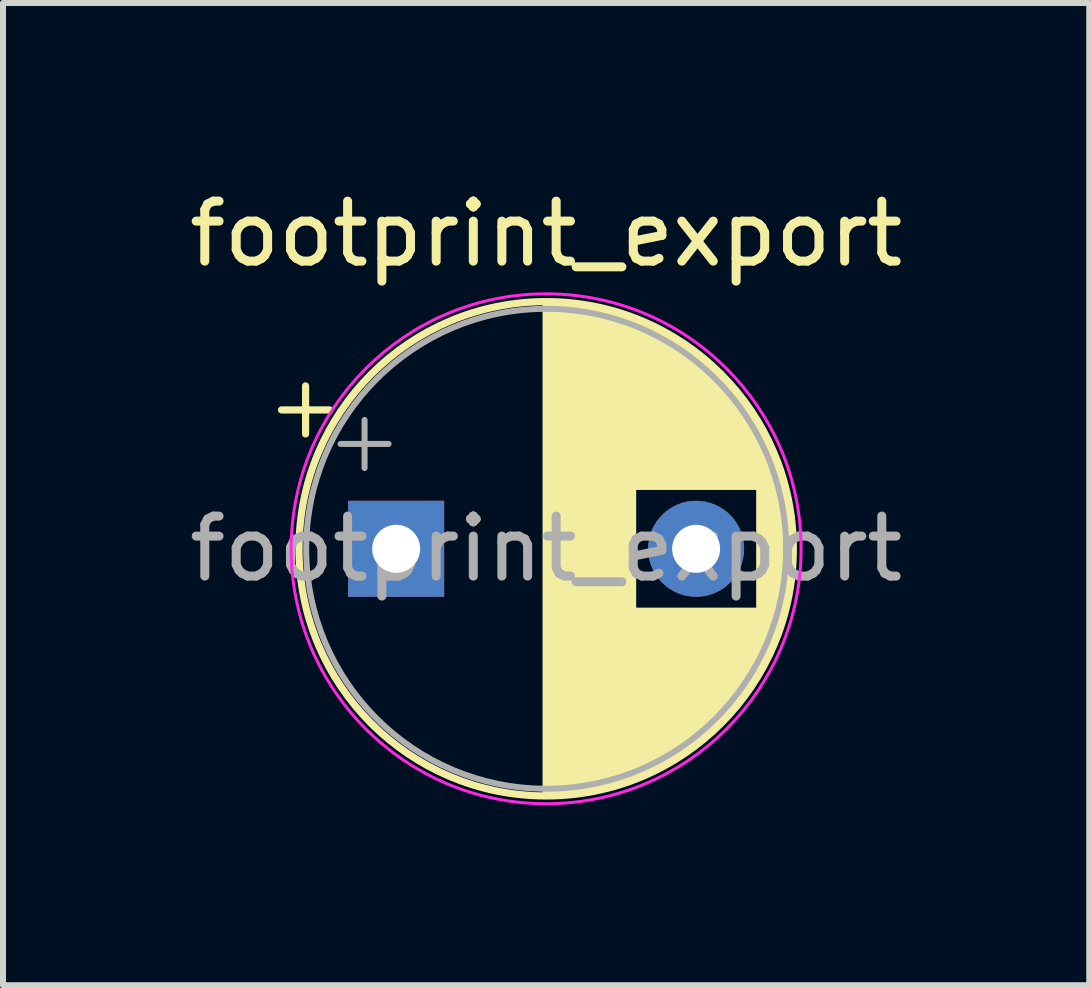
<source format=kicad_pcb>
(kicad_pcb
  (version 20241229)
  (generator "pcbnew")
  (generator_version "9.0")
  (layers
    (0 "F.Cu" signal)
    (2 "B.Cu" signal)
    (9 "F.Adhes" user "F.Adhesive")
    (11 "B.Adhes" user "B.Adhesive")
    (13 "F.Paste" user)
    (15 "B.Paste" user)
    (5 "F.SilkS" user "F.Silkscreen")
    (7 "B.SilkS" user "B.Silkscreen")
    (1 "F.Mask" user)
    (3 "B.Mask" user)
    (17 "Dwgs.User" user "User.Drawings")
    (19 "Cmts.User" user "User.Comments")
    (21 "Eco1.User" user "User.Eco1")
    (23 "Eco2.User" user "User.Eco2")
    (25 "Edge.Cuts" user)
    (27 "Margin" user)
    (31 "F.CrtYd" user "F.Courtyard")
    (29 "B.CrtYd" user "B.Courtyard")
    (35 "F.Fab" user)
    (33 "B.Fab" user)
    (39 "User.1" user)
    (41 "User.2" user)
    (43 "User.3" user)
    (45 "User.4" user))
  (footprint "footprint_export"
    (layer "F.Cu")
    (at 3.554 6.098)
    (property "Reference" "footprint_export" (at 2.5 -5.25 0) (layer "F.SilkS") (effects (font (size 1 1) (thickness 0.15))))
    (attr through_hole)
    (fp_line (start -1.91 -2.315) (end -1.11 -2.315) (stroke (width 0.12) (type solid)) (layer "F.SilkS"))
    (fp_line (start -1.51 -2.715) (end -1.51 -1.915) (stroke (width 0.12) (type solid)) (layer "F.SilkS"))
    (fp_line (start 2.5 -4.08) (end 2.5 4.08) (stroke (width 0.12) (type solid)) (layer "F.SilkS"))
    (fp_line (start 2.54 -4.08) (end 2.54 4.08) (stroke (width 0.12) (type solid)) (layer "F.SilkS"))
    (fp_line (start 2.58 -4.08) (end 2.58 4.08) (stroke (width 0.12) (type solid)) (layer "F.SilkS"))
    (fp_line (start 2.62 -4.079) (end 2.62 4.079) (stroke (width 0.12) (type solid)) (layer "F.SilkS"))
    (fp_line (start 2.66 -4.077) (end 2.66 4.077) (stroke (width 0.12) (type solid)) (layer "F.SilkS"))
    (fp_line (start 2.7 -4.076) (end 2.7 4.076) (stroke (width 0.12) (type solid)) (layer "F.SilkS"))
    (fp_line (start 2.74 -4.074) (end 2.74 4.074) (stroke (width 0.12) (type solid)) (layer "F.SilkS"))
    (fp_line (start 2.78 -4.071) (end 2.78 4.071) (stroke (width 0.12) (type solid)) (layer "F.SilkS"))
    (fp_line (start 2.82 -4.068) (end 2.82 4.068) (stroke (width 0.12) (type solid)) (layer "F.SilkS"))
    (fp_line (start 2.86 -4.065) (end 2.86 4.065) (stroke (width 0.12) (type solid)) (layer "F.SilkS"))
    (fp_line (start 2.9 -4.061) (end 2.9 4.061) (stroke (width 0.12) (type solid)) (layer "F.SilkS"))
    (fp_line (start 2.94 -4.057) (end 2.94 4.057) (stroke (width 0.12) (type solid)) (layer "F.SilkS"))
    (fp_line (start 2.98 -4.052) (end 2.98 4.052) (stroke (width 0.12) (type solid)) (layer "F.SilkS"))
    (fp_line (start 3.02 -4.048) (end 3.02 4.048) (stroke (width 0.12) (type solid)) (layer "F.SilkS"))
    (fp_line (start 3.06 -4.042) (end 3.06 4.042) (stroke (width 0.12) (type solid)) (layer "F.SilkS"))
    (fp_line (start 3.1 -4.037) (end 3.1 4.037) (stroke (width 0.12) (type solid)) (layer "F.SilkS"))
    (fp_line (start 3.14 -4.03) (end 3.14 4.03) (stroke (width 0.12) (type solid)) (layer "F.SilkS"))
    (fp_line (start 3.18 -4.024) (end 3.18 4.024) (stroke (width 0.12) (type solid)) (layer "F.SilkS"))
    (fp_line (start 3.221 -4.017) (end 3.221 4.017) (stroke (width 0.12) (type solid)) (layer "F.SilkS"))
    (fp_line (start 3.261 -4.01) (end 3.261 4.01) (stroke (width 0.12) (type solid)) (layer "F.SilkS"))
    (fp_line (start 3.301 -4.002) (end 3.301 4.002) (stroke (width 0.12) (type solid)) (layer "F.SilkS"))
    (fp_line (start 3.341 -3.994) (end 3.341 3.994) (stroke (width 0.12) (type solid)) (layer "F.SilkS"))
    (fp_line (start 3.381 -3.985) (end 3.381 3.985) (stroke (width 0.12) (type solid)) (layer "F.SilkS"))
    (fp_line (start 3.421 -3.976) (end 3.421 3.976) (stroke (width 0.12) (type solid)) (layer "F.SilkS"))
    (fp_line (start 3.461 -3.967) (end 3.461 3.967) (stroke (width 0.12) (type solid)) (layer "F.SilkS"))
    (fp_line (start 3.501 -3.957) (end 3.501 3.957) (stroke (width 0.12) (type solid)) (layer "F.SilkS"))
    (fp_line (start 3.541 -3.947) (end 3.541 3.947) (stroke (width 0.12) (type solid)) (layer "F.SilkS"))
    (fp_line (start 3.581 -3.936) (end 3.581 3.936) (stroke (width 0.12) (type solid)) (layer "F.SilkS"))
    (fp_line (start 3.621 -3.925) (end 3.621 3.925) (stroke (width 0.12) (type solid)) (layer "F.SilkS"))
    (fp_line (start 3.661 -3.914) (end 3.661 3.914) (stroke (width 0.12) (type solid)) (layer "F.SilkS"))
    (fp_line (start 3.701 -3.902) (end 3.701 3.902) (stroke (width 0.12) (type solid)) (layer "F.SilkS"))
    (fp_line (start 3.741 -3.889) (end 3.741 3.889) (stroke (width 0.12) (type solid)) (layer "F.SilkS"))
    (fp_line (start 3.781 -3.877) (end 3.781 3.877) (stroke (width 0.12) (type solid)) (layer "F.SilkS"))
    (fp_line (start 3.821 -3.863) (end 3.821 3.863) (stroke (width 0.12) (type solid)) (layer "F.SilkS"))
    (fp_line (start 3.861 -3.85) (end 3.861 3.85) (stroke (width 0.12) (type solid)) (layer "F.SilkS"))
    (fp_line (start 3.901 -3.835) (end 3.901 3.835) (stroke (width 0.12) (type solid)) (layer "F.SilkS"))
    (fp_line (start 3.941 -3.821) (end 3.941 3.821) (stroke (width 0.12) (type solid)) (layer "F.SilkS"))
    (fp_line (start 3.981 -3.805) (end 3.981 -1.04) (stroke (width 0.12) (type solid)) (layer "F.SilkS"))
    (fp_line (start 3.981 1.04) (end 3.981 3.805) (stroke (width 0.12) (type solid)) (layer "F.SilkS"))
    (fp_line (start 4.021 -3.79) (end 4.021 -1.04) (stroke (width 0.12) (type solid)) (layer "F.SilkS"))
    (fp_line (start 4.021 1.04) (end 4.021 3.79) (stroke (width 0.12) (type solid)) (layer "F.SilkS"))
    (fp_line (start 4.061 -3.774) (end 4.061 -1.04) (stroke (width 0.12) (type solid)) (layer "F.SilkS"))
    (fp_line (start 4.061 1.04) (end 4.061 3.774) (stroke (width 0.12) (type solid)) (layer "F.SilkS"))
    (fp_line (start 4.101 -3.757) (end 4.101 -1.04) (stroke (width 0.12) (type solid)) (layer "F.SilkS"))
    (fp_line (start 4.101 1.04) (end 4.101 3.757) (stroke (width 0.12) (type solid)) (layer "F.SilkS"))
    (fp_line (start 4.141 -3.74) (end 4.141 -1.04) (stroke (width 0.12) (type solid)) (layer "F.SilkS"))
    (fp_line (start 4.141 1.04) (end 4.141 3.74) (stroke (width 0.12) (type solid)) (layer "F.SilkS"))
    (fp_line (start 4.181 -3.722) (end 4.181 -1.04) (stroke (width 0.12) (type solid)) (layer "F.SilkS"))
    (fp_line (start 4.181 1.04) (end 4.181 3.722) (stroke (width 0.12) (type solid)) (layer "F.SilkS"))
    (fp_line (start 4.221 -3.704) (end 4.221 -1.04) (stroke (width 0.12) (type solid)) (layer "F.SilkS"))
    (fp_line (start 4.221 1.04) (end 4.221 3.704) (stroke (width 0.12) (type solid)) (layer "F.SilkS"))
    (fp_line (start 4.261 -3.686) (end 4.261 -1.04) (stroke (width 0.12) (type solid)) (layer "F.SilkS"))
    (fp_line (start 4.261 1.04) (end 4.261 3.686) (stroke (width 0.12) (type solid)) (layer "F.SilkS"))
    (fp_line (start 4.301 -3.666) (end 4.301 -1.04) (stroke (width 0.12) (type solid)) (layer "F.SilkS"))
    (fp_line (start 4.301 1.04) (end 4.301 3.666) (stroke (width 0.12) (type solid)) (layer "F.SilkS"))
    (fp_line (start 4.341 -3.647) (end 4.341 -1.04) (stroke (width 0.12) (type solid)) (layer "F.SilkS"))
    (fp_line (start 4.341 1.04) (end 4.341 3.647) (stroke (width 0.12) (type solid)) (layer "F.SilkS"))
    (fp_line (start 4.381 -3.627) (end 4.381 -1.04) (stroke (width 0.12) (type solid)) (layer "F.SilkS"))
    (fp_line (start 4.381 1.04) (end 4.381 3.627) (stroke (width 0.12) (type solid)) (layer "F.SilkS"))
    (fp_line (start 4.421 -3.606) (end 4.421 -1.04) (stroke (width 0.12) (type solid)) (layer "F.SilkS"))
    (fp_line (start 4.421 1.04) (end 4.421 3.606) (stroke (width 0.12) (type solid)) (layer "F.SilkS"))
    (fp_line (start 4.461 -3.584) (end 4.461 -1.04) (stroke (width 0.12) (type solid)) (layer "F.SilkS"))
    (fp_line (start 4.461 1.04) (end 4.461 3.584) (stroke (width 0.12) (type solid)) (layer "F.SilkS"))
    (fp_line (start 4.501 -3.562) (end 4.501 -1.04) (stroke (width 0.12) (type solid)) (layer "F.SilkS"))
    (fp_line (start 4.501 1.04) (end 4.501 3.562) (stroke (width 0.12) (type solid)) (layer "F.SilkS"))
    (fp_line (start 4.541 -3.54) (end 4.541 -1.04) (stroke (width 0.12) (type solid)) (layer "F.SilkS"))
    (fp_line (start 4.541 1.04) (end 4.541 3.54) (stroke (width 0.12) (type solid)) (layer "F.SilkS"))
    (fp_line (start 4.581 -3.517) (end 4.581 -1.04) (stroke (width 0.12) (type solid)) (layer "F.SilkS"))
    (fp_line (start 4.581 1.04) (end 4.581 3.517) (stroke (width 0.12) (type solid)) (layer "F.SilkS"))
    (fp_line (start 4.621 -3.493) (end 4.621 -1.04) (stroke (width 0.12) (type solid)) (layer "F.SilkS"))
    (fp_line (start 4.621 1.04) (end 4.621 3.493) (stroke (width 0.12) (type solid)) (layer "F.SilkS"))
    (fp_line (start 4.661 -3.469) (end 4.661 -1.04) (stroke (width 0.12) (type solid)) (layer "F.SilkS"))
    (fp_line (start 4.661 1.04) (end 4.661 3.469) (stroke (width 0.12) (type solid)) (layer "F.SilkS"))
    (fp_line (start 4.701 -3.444) (end 4.701 -1.04) (stroke (width 0.12) (type solid)) (layer "F.SilkS"))
    (fp_line (start 4.701 1.04) (end 4.701 3.444) (stroke (width 0.12) (type solid)) (layer "F.SilkS"))
    (fp_line (start 4.741 -3.418) (end 4.741 -1.04) (stroke (width 0.12) (type solid)) (layer "F.SilkS"))
    (fp_line (start 4.741 1.04) (end 4.741 3.418) (stroke (width 0.12) (type solid)) (layer "F.SilkS"))
    (fp_line (start 4.781 -3.392) (end 4.781 -1.04) (stroke (width 0.12) (type solid)) (layer "F.SilkS"))
    (fp_line (start 4.781 1.04) (end 4.781 3.392) (stroke (width 0.12) (type solid)) (layer "F.SilkS"))
    (fp_line (start 4.821 -3.365) (end 4.821 -1.04) (stroke (width 0.12) (type solid)) (layer "F.SilkS"))
    (fp_line (start 4.821 1.04) (end 4.821 3.365) (stroke (width 0.12) (type solid)) (layer "F.SilkS"))
    (fp_line (start 4.861 -3.338) (end 4.861 -1.04) (stroke (width 0.12) (type solid)) (layer "F.SilkS"))
    (fp_line (start 4.861 1.04) (end 4.861 3.338) (stroke (width 0.12) (type solid)) (layer "F.SilkS"))
    (fp_line (start 4.901 -3.309) (end 4.901 -1.04) (stroke (width 0.12) (type solid)) (layer "F.SilkS"))
    (fp_line (start 4.901 1.04) (end 4.901 3.309) (stroke (width 0.12) (type solid)) (layer "F.SilkS"))
    (fp_line (start 4.941 -3.28) (end 4.941 -1.04) (stroke (width 0.12) (type solid)) (layer "F.SilkS"))
    (fp_line (start 4.941 1.04) (end 4.941 3.28) (stroke (width 0.12) (type solid)) (layer "F.SilkS"))
    (fp_line (start 4.981 -3.25) (end 4.981 -1.04) (stroke (width 0.12) (type solid)) (layer "F.SilkS"))
    (fp_line (start 4.981 1.04) (end 4.981 3.25) (stroke (width 0.12) (type solid)) (layer "F.SilkS"))
    (fp_line (start 5.021 -3.22) (end 5.021 -1.04) (stroke (width 0.12) (type solid)) (layer "F.SilkS"))
    (fp_line (start 5.021 1.04) (end 5.021 3.22) (stroke (width 0.12) (type solid)) (layer "F.SilkS"))
    (fp_line (start 5.061 -3.189) (end 5.061 -1.04) (stroke (width 0.12) (type solid)) (layer "F.SilkS"))
    (fp_line (start 5.061 1.04) (end 5.061 3.189) (stroke (width 0.12) (type solid)) (layer "F.SilkS"))
    (fp_line (start 5.101 -3.156) (end 5.101 -1.04) (stroke (width 0.12) (type solid)) (layer "F.SilkS"))
    (fp_line (start 5.101 1.04) (end 5.101 3.156) (stroke (width 0.12) (type solid)) (layer "F.SilkS"))
    (fp_line (start 5.141 -3.124) (end 5.141 -1.04) (stroke (width 0.12) (type solid)) (layer "F.SilkS"))
    (fp_line (start 5.141 1.04) (end 5.141 3.124) (stroke (width 0.12) (type solid)) (layer "F.SilkS"))
    (fp_line (start 5.181 -3.09) (end 5.181 -1.04) (stroke (width 0.12) (type solid)) (layer "F.SilkS"))
    (fp_line (start 5.181 1.04) (end 5.181 3.09) (stroke (width 0.12) (type solid)) (layer "F.SilkS"))
    (fp_line (start 5.221 -3.055) (end 5.221 -1.04) (stroke (width 0.12) (type solid)) (layer "F.SilkS"))
    (fp_line (start 5.221 1.04) (end 5.221 3.055) (stroke (width 0.12) (type solid)) (layer "F.SilkS"))
    (fp_line (start 5.261 -3.019) (end 5.261 -1.04) (stroke (width 0.12) (type solid)) (layer "F.SilkS"))
    (fp_line (start 5.261 1.04) (end 5.261 3.019) (stroke (width 0.12) (type solid)) (layer "F.SilkS"))
    (fp_line (start 5.301 -2.983) (end 5.301 -1.04) (stroke (width 0.12) (type solid)) (layer "F.SilkS"))
    (fp_line (start 5.301 1.04) (end 5.301 2.983) (stroke (width 0.12) (type solid)) (layer "F.SilkS"))
    (fp_line (start 5.341 -2.945) (end 5.341 -1.04) (stroke (width 0.12) (type solid)) (layer "F.SilkS"))
    (fp_line (start 5.341 1.04) (end 5.341 2.945) (stroke (width 0.12) (type solid)) (layer "F.SilkS"))
    (fp_line (start 5.381 -2.907) (end 5.381 -1.04) (stroke (width 0.12) (type solid)) (layer "F.SilkS"))
    (fp_line (start 5.381 1.04) (end 5.381 2.907) (stroke (width 0.12) (type solid)) (layer "F.SilkS"))
    (fp_line (start 5.421 -2.867) (end 5.421 -1.04) (stroke (width 0.12) (type solid)) (layer "F.SilkS"))
    (fp_line (start 5.421 1.04) (end 5.421 2.867) (stroke (width 0.12) (type solid)) (layer "F.SilkS"))
    (fp_line (start 5.461 -2.826) (end 5.461 -1.04) (stroke (width 0.12) (type solid)) (layer "F.SilkS"))
    (fp_line (start 5.461 1.04) (end 5.461 2.826) (stroke (width 0.12) (type solid)) (layer "F.SilkS"))
    (fp_line (start 5.501 -2.784) (end 5.501 -1.04) (stroke (width 0.12) (type solid)) (layer "F.SilkS"))
    (fp_line (start 5.501 1.04) (end 5.501 2.784) (stroke (width 0.12) (type solid)) (layer "F.SilkS"))
    (fp_line (start 5.541 -2.741) (end 5.541 -1.04) (stroke (width 0.12) (type solid)) (layer "F.SilkS"))
    (fp_line (start 5.541 1.04) (end 5.541 2.741) (stroke (width 0.12) (type solid)) (layer "F.SilkS"))
    (fp_line (start 5.581 -2.697) (end 5.581 -1.04) (stroke (width 0.12) (type solid)) (layer "F.SilkS"))
    (fp_line (start 5.581 1.04) (end 5.581 2.697) (stroke (width 0.12) (type solid)) (layer "F.SilkS"))
    (fp_line (start 5.621 -2.651) (end 5.621 -1.04) (stroke (width 0.12) (type solid)) (layer "F.SilkS"))
    (fp_line (start 5.621 1.04) (end 5.621 2.651) (stroke (width 0.12) (type solid)) (layer "F.SilkS"))
    (fp_line (start 5.661 -2.604) (end 5.661 -1.04) (stroke (width 0.12) (type solid)) (layer "F.SilkS"))
    (fp_line (start 5.661 1.04) (end 5.661 2.604) (stroke (width 0.12) (type solid)) (layer "F.SilkS"))
    (fp_line (start 5.701 -2.556) (end 5.701 -1.04) (stroke (width 0.12) (type solid)) (layer "F.SilkS"))
    (fp_line (start 5.701 1.04) (end 5.701 2.556) (stroke (width 0.12) (type solid)) (layer "F.SilkS"))
    (fp_line (start 5.741 -2.505) (end 5.741 -1.04) (stroke (width 0.12) (type solid)) (layer "F.SilkS"))
    (fp_line (start 5.741 1.04) (end 5.741 2.505) (stroke (width 0.12) (type solid)) (layer "F.SilkS"))
    (fp_line (start 5.781 -2.454) (end 5.781 -1.04) (stroke (width 0.12) (type solid)) (layer "F.SilkS"))
    (fp_line (start 5.781 1.04) (end 5.781 2.454) (stroke (width 0.12) (type solid)) (layer "F.SilkS"))
    (fp_line (start 5.821 -2.4) (end 5.821 -1.04) (stroke (width 0.12) (type solid)) (layer "F.SilkS"))
    (fp_line (start 5.821 1.04) (end 5.821 2.4) (stroke (width 0.12) (type solid)) (layer "F.SilkS"))
    (fp_line (start 5.861 -2.345) (end 5.861 -1.04) (stroke (width 0.12) (type solid)) (layer "F.SilkS"))
    (fp_line (start 5.861 1.04) (end 5.861 2.345) (stroke (width 0.12) (type solid)) (layer "F.SilkS"))
    (fp_line (start 5.901 -2.287) (end 5.901 -1.04) (stroke (width 0.12) (type solid)) (layer "F.SilkS"))
    (fp_line (start 5.901 1.04) (end 5.901 2.287) (stroke (width 0.12) (type solid)) (layer "F.SilkS"))
    (fp_line (start 5.941 -2.228) (end 5.941 -1.04) (stroke (width 0.12) (type solid)) (layer "F.SilkS"))
    (fp_line (start 5.941 1.04) (end 5.941 2.228) (stroke (width 0.12) (type solid)) (layer "F.SilkS"))
    (fp_line (start 5.981 -2.166) (end 5.981 -1.04) (stroke (width 0.12) (type solid)) (layer "F.SilkS"))
    (fp_line (start 5.981 1.04) (end 5.981 2.166) (stroke (width 0.12) (type solid)) (layer "F.SilkS"))
    (fp_line (start 6.021 -2.102) (end 6.021 -1.04) (stroke (width 0.12) (type solid)) (layer "F.SilkS"))
    (fp_line (start 6.021 1.04) (end 6.021 2.102) (stroke (width 0.12) (type solid)) (layer "F.SilkS"))
    (fp_line (start 6.061 -2.034) (end 6.061 2.034) (stroke (width 0.12) (type solid)) (layer "F.SilkS"))
    (fp_line (start 6.101 -1.964) (end 6.101 1.964) (stroke (width 0.12) (type solid)) (layer "F.SilkS"))
    (fp_line (start 6.141 -1.89) (end 6.141 1.89) (stroke (width 0.12) (type solid)) (layer "F.SilkS"))
    (fp_line (start 6.181 -1.813) (end 6.181 1.813) (stroke (width 0.12) (type solid)) (layer "F.SilkS"))
    (fp_line (start 6.221 -1.731) (end 6.221 1.731) (stroke (width 0.12) (type solid)) (layer "F.SilkS"))
    (fp_line (start 6.261 -1.645) (end 6.261 1.645) (stroke (width 0.12) (type solid)) (layer "F.SilkS"))
    (fp_line (start 6.301 -1.552) (end 6.301 1.552) (stroke (width 0.12) (type solid)) (layer "F.SilkS"))
    (fp_line (start 6.341 -1.453) (end 6.341 1.453) (stroke (width 0.12) (type solid)) (layer "F.SilkS"))
    (fp_line (start 6.381 -1.346) (end 6.381 1.346) (stroke (width 0.12) (type solid)) (layer "F.SilkS"))
    (fp_line (start 6.421 -1.229) (end 6.421 1.229) (stroke (width 0.12) (type solid)) (layer "F.SilkS"))
    (fp_line (start 6.461 -1.098) (end 6.461 1.098) (stroke (width 0.12) (type solid)) (layer "F.SilkS"))
    (fp_line (start 6.501 -0.948) (end 6.501 0.948) (stroke (width 0.12) (type solid)) (layer "F.SilkS"))
    (fp_line (start 6.541 -0.768) (end 6.541 0.768) (stroke (width 0.12) (type solid)) (layer "F.SilkS"))
    (fp_line (start 6.581 -0.533) (end 6.581 0.533) (stroke (width 0.12) (type solid)) (layer "F.SilkS"))
    (fp_circle (center 2.5 0) (end 6.62 0) (stroke (width 0.12) (type solid)) (fill no) (layer "F.SilkS"))
    (fp_circle (center 2.5 0) (end 6.75 0) (stroke (width 0.05) (type solid)) (fill no) (layer "F.CrtYd"))
    (fp_line (start -0.927 -1.748) (end -0.127 -1.748) (stroke (width 0.1) (type solid)) (layer "F.Fab"))
    (fp_line (start -0.527 -2.147) (end -0.527 -1.347) (stroke (width 0.1) (type solid)) (layer "F.Fab"))
    (fp_circle (center 2.5 0) (end 6.5 0) (stroke (width 0.1) (type solid)) (fill no) (layer "F.Fab"))
    (fp_text user "${REFERENCE}" (at 2.5 0 0) (layer "F.Fab") (effects (font (size 1 1) (thickness 0.15))))
    (pad "1" thru_hole rect (at 0 0) (size 1.6 1.6) (drill 0.8) (layers "*.Cu" "*.Mask"))
    (pad "2" thru_hole circle (at 5 0) (size 1.6 1.6) (drill 0.8) (layers "*.Cu" "*.Mask")))
  (gr_rect
    (start -3 -3)
    (end 15.107 13.373)
    (stroke (width 0.1) (type default))
    (fill no)
    (layer "Edge.Cuts")))
</source>
